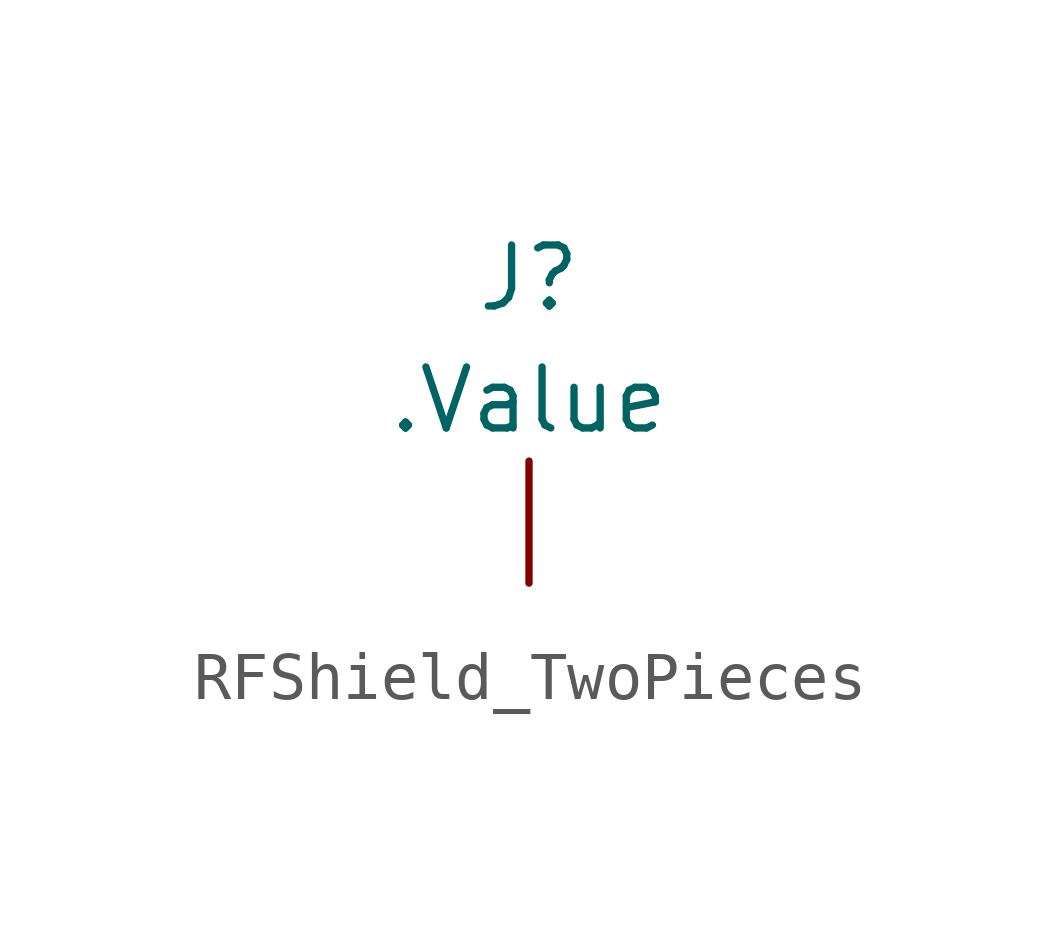
<source format=kicad_sym>
(kicad_symbol_lib
  (version 20241209)
  (generator "kicad_symbol_editor")
  (generator_version "9.0")
  (symbol "RFShield_TwoPieces"
    (pin_numbers
      (hide yes))
    (pin_names
      (offset 1.016)
      (hide yes))
    (property "Reference" "J"
      (at 0 3.81 0)
      (effects (font (size 1.27 1.27))))
    (property "Value" ".Value"
      (at 0 1.27 0)
      (effects (font (size 1.27 1.27))))
    (symbol "RFShield_TwoPieces_1_1"
      (pin passive line (at 0 -2.54 90) (length 2.54) (name "Shield" (effects (font (size 1.27 1.27)))) (number "1" (effects (font (size 1.27 1.27))))))))
</source>
